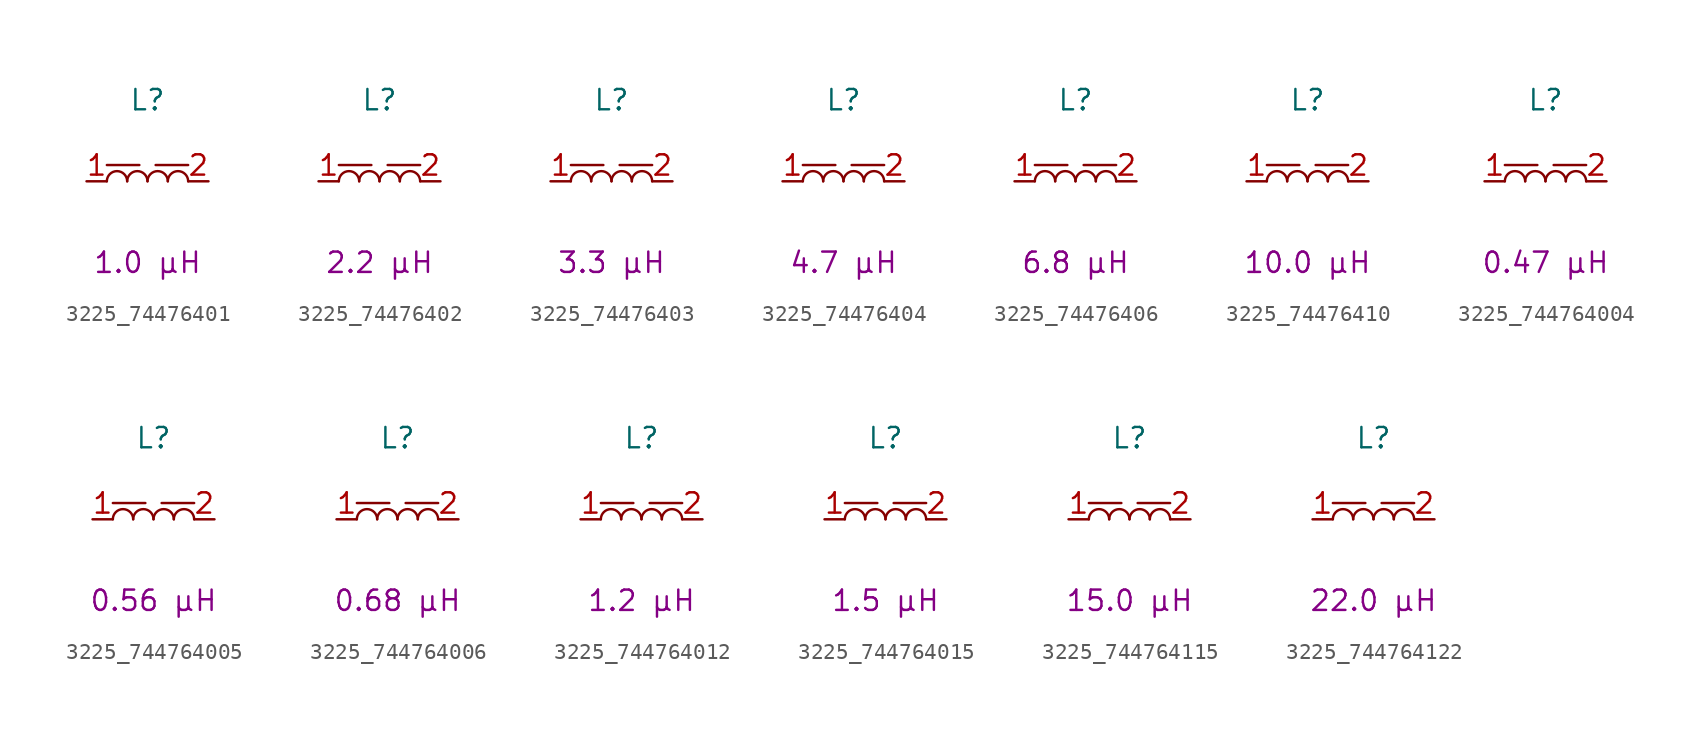
<source format=kicad_sym>
(kicad_symbol_lib
  (version 20220914)
  (generator kicad_symbol_editor)
  (symbol "3225_74476401"
    (pin_names hide)
    (property "Reference" "L"
      (at 0 5.08 0)
      (effects (font (size 1.27 1.27))))
    (property "Critical Parameter" "1.0 µH"
      (at 0 -5.08 0)
      (effects (font (size 1.27 1.27))))
    (symbol "3225_74476401_0_1"
      (arc (start -1.27 0) (mid -1.905 0.6323) (end -2.54 0) (stroke (width 0) (type default)) (fill (type none)))
      (arc (start 0 0) (mid -0.635 0.6323) (end -1.27 0) (stroke (width 0) (type default)) (fill (type none)))
      (polyline (pts (xy -2.54 1.016) (xy -0.508 1.016)) (stroke (width 0) (type default)) (fill (type none)))
      (arc (start 1.27 0) (mid 0.635 0.6323) (end 0 0) (stroke (width 0) (type default)) (fill (type none)))
      (arc (start 2.54 0) (mid 1.905 0.6323) (end 1.27 0) (stroke (width 0) (type default)) (fill (type none))))
    (symbol "3225_74476401_1_1"
      (polyline (pts (xy 2.54 1.016) (xy 0.508 1.016)) (stroke (width 0) (type default)) (fill (type none)))
      (pin passive line (at -3.81 0 0) (length 1.27) (name "1" (effects (font (size 1.27 1.27)))) (number "1" (effects (font (size 1.27 1.27)))))
      (pin passive line (at 3.81 0 180) (length 1.27) (name "2" (effects (font (size 1.27 1.27)))) (number "2" (effects (font (size 1.27 1.27)))))))
  (symbol "3225_74476402"
    (pin_names hide)
    (property "Reference" "L"
      (at 0 5.08 0)
      (effects (font (size 1.27 1.27))))
    (property "Critical Parameter" "2.2 µH"
      (at 0 -5.08 0)
      (effects (font (size 1.27 1.27))))
    (symbol "3225_74476402_0_1"
      (arc (start -1.27 0) (mid -1.905 0.6323) (end -2.54 0) (stroke (width 0) (type default)) (fill (type none)))
      (arc (start 0 0) (mid -0.635 0.6323) (end -1.27 0) (stroke (width 0) (type default)) (fill (type none)))
      (polyline (pts (xy -2.54 1.016) (xy -0.508 1.016)) (stroke (width 0) (type default)) (fill (type none)))
      (arc (start 1.27 0) (mid 0.635 0.6323) (end 0 0) (stroke (width 0) (type default)) (fill (type none)))
      (arc (start 2.54 0) (mid 1.905 0.6323) (end 1.27 0) (stroke (width 0) (type default)) (fill (type none))))
    (symbol "3225_74476402_1_1"
      (polyline (pts (xy 2.54 1.016) (xy 0.508 1.016)) (stroke (width 0) (type default)) (fill (type none)))
      (pin passive line (at -3.81 0 0) (length 1.27) (name "1" (effects (font (size 1.27 1.27)))) (number "1" (effects (font (size 1.27 1.27)))))
      (pin passive line (at 3.81 0 180) (length 1.27) (name "2" (effects (font (size 1.27 1.27)))) (number "2" (effects (font (size 1.27 1.27)))))))
  (symbol "3225_74476403"
    (pin_names hide)
    (property "Reference" "L"
      (at 0 5.08 0)
      (effects (font (size 1.27 1.27))))
    (property "Critical Parameter" "3.3 µH"
      (at 0 -5.08 0)
      (effects (font (size 1.27 1.27))))
    (symbol "3225_74476403_0_1"
      (arc (start -1.27 0) (mid -1.905 0.6323) (end -2.54 0) (stroke (width 0) (type default)) (fill (type none)))
      (arc (start 0 0) (mid -0.635 0.6323) (end -1.27 0) (stroke (width 0) (type default)) (fill (type none)))
      (polyline (pts (xy -2.54 1.016) (xy -0.508 1.016)) (stroke (width 0) (type default)) (fill (type none)))
      (arc (start 1.27 0) (mid 0.635 0.6323) (end 0 0) (stroke (width 0) (type default)) (fill (type none)))
      (arc (start 2.54 0) (mid 1.905 0.6323) (end 1.27 0) (stroke (width 0) (type default)) (fill (type none))))
    (symbol "3225_74476403_1_1"
      (polyline (pts (xy 2.54 1.016) (xy 0.508 1.016)) (stroke (width 0) (type default)) (fill (type none)))
      (pin passive line (at -3.81 0 0) (length 1.27) (name "1" (effects (font (size 1.27 1.27)))) (number "1" (effects (font (size 1.27 1.27)))))
      (pin passive line (at 3.81 0 180) (length 1.27) (name "2" (effects (font (size 1.27 1.27)))) (number "2" (effects (font (size 1.27 1.27)))))))
  (symbol "3225_74476404"
    (pin_names hide)
    (property "Reference" "L"
      (at 0 5.08 0)
      (effects (font (size 1.27 1.27))))
    (property "Critical Parameter" "4.7 µH"
      (at 0 -5.08 0)
      (effects (font (size 1.27 1.27))))
    (symbol "3225_74476404_0_1"
      (arc (start -1.27 0) (mid -1.905 0.6323) (end -2.54 0) (stroke (width 0) (type default)) (fill (type none)))
      (arc (start 0 0) (mid -0.635 0.6323) (end -1.27 0) (stroke (width 0) (type default)) (fill (type none)))
      (polyline (pts (xy -2.54 1.016) (xy -0.508 1.016)) (stroke (width 0) (type default)) (fill (type none)))
      (arc (start 1.27 0) (mid 0.635 0.6323) (end 0 0) (stroke (width 0) (type default)) (fill (type none)))
      (arc (start 2.54 0) (mid 1.905 0.6323) (end 1.27 0) (stroke (width 0) (type default)) (fill (type none))))
    (symbol "3225_74476404_1_1"
      (polyline (pts (xy 2.54 1.016) (xy 0.508 1.016)) (stroke (width 0) (type default)) (fill (type none)))
      (pin passive line (at -3.81 0 0) (length 1.27) (name "1" (effects (font (size 1.27 1.27)))) (number "1" (effects (font (size 1.27 1.27)))))
      (pin passive line (at 3.81 0 180) (length 1.27) (name "2" (effects (font (size 1.27 1.27)))) (number "2" (effects (font (size 1.27 1.27)))))))
  (symbol "3225_74476406"
    (pin_names hide)
    (property "Reference" "L"
      (at 0 5.08 0)
      (effects (font (size 1.27 1.27))))
    (property "Critical Parameter" "6.8 µH"
      (at 0 -5.08 0)
      (effects (font (size 1.27 1.27))))
    (symbol "3225_74476406_0_1"
      (arc (start -1.27 0) (mid -1.905 0.6323) (end -2.54 0) (stroke (width 0) (type default)) (fill (type none)))
      (arc (start 0 0) (mid -0.635 0.6323) (end -1.27 0) (stroke (width 0) (type default)) (fill (type none)))
      (polyline (pts (xy -2.54 1.016) (xy -0.508 1.016)) (stroke (width 0) (type default)) (fill (type none)))
      (arc (start 1.27 0) (mid 0.635 0.6323) (end 0 0) (stroke (width 0) (type default)) (fill (type none)))
      (arc (start 2.54 0) (mid 1.905 0.6323) (end 1.27 0) (stroke (width 0) (type default)) (fill (type none))))
    (symbol "3225_74476406_1_1"
      (polyline (pts (xy 2.54 1.016) (xy 0.508 1.016)) (stroke (width 0) (type default)) (fill (type none)))
      (pin passive line (at -3.81 0 0) (length 1.27) (name "1" (effects (font (size 1.27 1.27)))) (number "1" (effects (font (size 1.27 1.27)))))
      (pin passive line (at 3.81 0 180) (length 1.27) (name "2" (effects (font (size 1.27 1.27)))) (number "2" (effects (font (size 1.27 1.27)))))))
  (symbol "3225_74476410"
    (pin_names hide)
    (property "Reference" "L"
      (at 0 5.08 0)
      (effects (font (size 1.27 1.27))))
    (property "Critical Parameter" "10.0 µH"
      (at 0 -5.08 0)
      (effects (font (size 1.27 1.27))))
    (symbol "3225_74476410_0_1"
      (arc (start -1.27 0) (mid -1.905 0.6323) (end -2.54 0) (stroke (width 0) (type default)) (fill (type none)))
      (arc (start 0 0) (mid -0.635 0.6323) (end -1.27 0) (stroke (width 0) (type default)) (fill (type none)))
      (polyline (pts (xy -2.54 1.016) (xy -0.508 1.016)) (stroke (width 0) (type default)) (fill (type none)))
      (arc (start 1.27 0) (mid 0.635 0.6323) (end 0 0) (stroke (width 0) (type default)) (fill (type none)))
      (arc (start 2.54 0) (mid 1.905 0.6323) (end 1.27 0) (stroke (width 0) (type default)) (fill (type none))))
    (symbol "3225_74476410_1_1"
      (polyline (pts (xy 2.54 1.016) (xy 0.508 1.016)) (stroke (width 0) (type default)) (fill (type none)))
      (pin passive line (at -3.81 0 0) (length 1.27) (name "1" (effects (font (size 1.27 1.27)))) (number "1" (effects (font (size 1.27 1.27)))))
      (pin passive line (at 3.81 0 180) (length 1.27) (name "2" (effects (font (size 1.27 1.27)))) (number "2" (effects (font (size 1.27 1.27)))))))
  (symbol "3225_744764004"
    (pin_names hide)
    (property "Reference" "L"
      (at 0 5.08 0)
      (effects (font (size 1.27 1.27))))
    (property "Critical Parameter" "0.47 µH"
      (at 0 -5.08 0)
      (effects (font (size 1.27 1.27))))
    (symbol "3225_744764004_0_1"
      (arc (start -1.27 0) (mid -1.905 0.6323) (end -2.54 0) (stroke (width 0) (type default)) (fill (type none)))
      (arc (start 0 0) (mid -0.635 0.6323) (end -1.27 0) (stroke (width 0) (type default)) (fill (type none)))
      (polyline (pts (xy -2.54 1.016) (xy -0.508 1.016)) (stroke (width 0) (type default)) (fill (type none)))
      (arc (start 1.27 0) (mid 0.635 0.6323) (end 0 0) (stroke (width 0) (type default)) (fill (type none)))
      (arc (start 2.54 0) (mid 1.905 0.6323) (end 1.27 0) (stroke (width 0) (type default)) (fill (type none))))
    (symbol "3225_744764004_1_1"
      (polyline (pts (xy 2.54 1.016) (xy 0.508 1.016)) (stroke (width 0) (type default)) (fill (type none)))
      (pin passive line (at -3.81 0 0) (length 1.27) (name "1" (effects (font (size 1.27 1.27)))) (number "1" (effects (font (size 1.27 1.27)))))
      (pin passive line (at 3.81 0 180) (length 1.27) (name "2" (effects (font (size 1.27 1.27)))) (number "2" (effects (font (size 1.27 1.27)))))))
  (symbol "3225_744764005"
    (pin_names hide)
    (property "Reference" "L"
      (at 0 5.08 0)
      (effects (font (size 1.27 1.27))))
    (property "Critical Parameter" "0.56 µH"
      (at 0 -5.08 0)
      (effects (font (size 1.27 1.27))))
    (symbol "3225_744764005_0_1"
      (arc (start -1.27 0) (mid -1.905 0.6323) (end -2.54 0) (stroke (width 0) (type default)) (fill (type none)))
      (arc (start 0 0) (mid -0.635 0.6323) (end -1.27 0) (stroke (width 0) (type default)) (fill (type none)))
      (polyline (pts (xy -2.54 1.016) (xy -0.508 1.016)) (stroke (width 0) (type default)) (fill (type none)))
      (arc (start 1.27 0) (mid 0.635 0.6323) (end 0 0) (stroke (width 0) (type default)) (fill (type none)))
      (arc (start 2.54 0) (mid 1.905 0.6323) (end 1.27 0) (stroke (width 0) (type default)) (fill (type none))))
    (symbol "3225_744764005_1_1"
      (polyline (pts (xy 2.54 1.016) (xy 0.508 1.016)) (stroke (width 0) (type default)) (fill (type none)))
      (pin passive line (at -3.81 0 0) (length 1.27) (name "1" (effects (font (size 1.27 1.27)))) (number "1" (effects (font (size 1.27 1.27)))))
      (pin passive line (at 3.81 0 180) (length 1.27) (name "2" (effects (font (size 1.27 1.27)))) (number "2" (effects (font (size 1.27 1.27)))))))
  (symbol "3225_744764006"
    (pin_names hide)
    (property "Reference" "L"
      (at 0 5.08 0)
      (effects (font (size 1.27 1.27))))
    (property "Critical Parameter" "0.68 µH"
      (at 0 -5.08 0)
      (effects (font (size 1.27 1.27))))
    (symbol "3225_744764006_0_1"
      (arc (start -1.27 0) (mid -1.905 0.6323) (end -2.54 0) (stroke (width 0) (type default)) (fill (type none)))
      (arc (start 0 0) (mid -0.635 0.6323) (end -1.27 0) (stroke (width 0) (type default)) (fill (type none)))
      (polyline (pts (xy -2.54 1.016) (xy -0.508 1.016)) (stroke (width 0) (type default)) (fill (type none)))
      (arc (start 1.27 0) (mid 0.635 0.6323) (end 0 0) (stroke (width 0) (type default)) (fill (type none)))
      (arc (start 2.54 0) (mid 1.905 0.6323) (end 1.27 0) (stroke (width 0) (type default)) (fill (type none))))
    (symbol "3225_744764006_1_1"
      (polyline (pts (xy 2.54 1.016) (xy 0.508 1.016)) (stroke (width 0) (type default)) (fill (type none)))
      (pin passive line (at -3.81 0 0) (length 1.27) (name "1" (effects (font (size 1.27 1.27)))) (number "1" (effects (font (size 1.27 1.27)))))
      (pin passive line (at 3.81 0 180) (length 1.27) (name "2" (effects (font (size 1.27 1.27)))) (number "2" (effects (font (size 1.27 1.27)))))))
  (symbol "3225_744764012"
    (pin_names hide)
    (property "Reference" "L"
      (at 0 5.08 0)
      (effects (font (size 1.27 1.27))))
    (property "Critical Parameter" "1.2 µH"
      (at 0 -5.08 0)
      (effects (font (size 1.27 1.27))))
    (symbol "3225_744764012_0_1"
      (arc (start -1.27 0) (mid -1.905 0.6323) (end -2.54 0) (stroke (width 0) (type default)) (fill (type none)))
      (arc (start 0 0) (mid -0.635 0.6323) (end -1.27 0) (stroke (width 0) (type default)) (fill (type none)))
      (polyline (pts (xy -2.54 1.016) (xy -0.508 1.016)) (stroke (width 0) (type default)) (fill (type none)))
      (arc (start 1.27 0) (mid 0.635 0.6323) (end 0 0) (stroke (width 0) (type default)) (fill (type none)))
      (arc (start 2.54 0) (mid 1.905 0.6323) (end 1.27 0) (stroke (width 0) (type default)) (fill (type none))))
    (symbol "3225_744764012_1_1"
      (polyline (pts (xy 2.54 1.016) (xy 0.508 1.016)) (stroke (width 0) (type default)) (fill (type none)))
      (pin passive line (at -3.81 0 0) (length 1.27) (name "1" (effects (font (size 1.27 1.27)))) (number "1" (effects (font (size 1.27 1.27)))))
      (pin passive line (at 3.81 0 180) (length 1.27) (name "2" (effects (font (size 1.27 1.27)))) (number "2" (effects (font (size 1.27 1.27)))))))
  (symbol "3225_744764015"
    (pin_names hide)
    (property "Reference" "L"
      (at 0 5.08 0)
      (effects (font (size 1.27 1.27))))
    (property "Critical Parameter" "1.5 µH"
      (at 0 -5.08 0)
      (effects (font (size 1.27 1.27))))
    (symbol "3225_744764015_0_1"
      (arc (start -1.27 0) (mid -1.905 0.6323) (end -2.54 0) (stroke (width 0) (type default)) (fill (type none)))
      (arc (start 0 0) (mid -0.635 0.6323) (end -1.27 0) (stroke (width 0) (type default)) (fill (type none)))
      (polyline (pts (xy -2.54 1.016) (xy -0.508 1.016)) (stroke (width 0) (type default)) (fill (type none)))
      (arc (start 1.27 0) (mid 0.635 0.6323) (end 0 0) (stroke (width 0) (type default)) (fill (type none)))
      (arc (start 2.54 0) (mid 1.905 0.6323) (end 1.27 0) (stroke (width 0) (type default)) (fill (type none))))
    (symbol "3225_744764015_1_1"
      (polyline (pts (xy 2.54 1.016) (xy 0.508 1.016)) (stroke (width 0) (type default)) (fill (type none)))
      (pin passive line (at -3.81 0 0) (length 1.27) (name "1" (effects (font (size 1.27 1.27)))) (number "1" (effects (font (size 1.27 1.27)))))
      (pin passive line (at 3.81 0 180) (length 1.27) (name "2" (effects (font (size 1.27 1.27)))) (number "2" (effects (font (size 1.27 1.27)))))))
  (symbol "3225_744764115"
    (pin_names hide)
    (property "Reference" "L"
      (at 0 5.08 0)
      (effects (font (size 1.27 1.27))))
    (property "Critical Parameter" "15.0 µH"
      (at 0 -5.08 0)
      (effects (font (size 1.27 1.27))))
    (symbol "3225_744764115_0_1"
      (arc (start -1.27 0) (mid -1.905 0.6323) (end -2.54 0) (stroke (width 0) (type default)) (fill (type none)))
      (arc (start 0 0) (mid -0.635 0.6323) (end -1.27 0) (stroke (width 0) (type default)) (fill (type none)))
      (polyline (pts (xy -2.54 1.016) (xy -0.508 1.016)) (stroke (width 0) (type default)) (fill (type none)))
      (arc (start 1.27 0) (mid 0.635 0.6323) (end 0 0) (stroke (width 0) (type default)) (fill (type none)))
      (arc (start 2.54 0) (mid 1.905 0.6323) (end 1.27 0) (stroke (width 0) (type default)) (fill (type none))))
    (symbol "3225_744764115_1_1"
      (polyline (pts (xy 2.54 1.016) (xy 0.508 1.016)) (stroke (width 0) (type default)) (fill (type none)))
      (pin passive line (at -3.81 0 0) (length 1.27) (name "1" (effects (font (size 1.27 1.27)))) (number "1" (effects (font (size 1.27 1.27)))))
      (pin passive line (at 3.81 0 180) (length 1.27) (name "2" (effects (font (size 1.27 1.27)))) (number "2" (effects (font (size 1.27 1.27)))))))
  (symbol "3225_744764122"
    (pin_names hide)
    (property "Reference" "L"
      (at 0 5.08 0)
      (effects (font (size 1.27 1.27))))
    (property "Critical Parameter" "22.0 µH"
      (at 0 -5.08 0)
      (effects (font (size 1.27 1.27))))
    (symbol "3225_744764122_0_1"
      (arc (start -1.27 0) (mid -1.905 0.6323) (end -2.54 0) (stroke (width 0) (type default)) (fill (type none)))
      (arc (start 0 0) (mid -0.635 0.6323) (end -1.27 0) (stroke (width 0) (type default)) (fill (type none)))
      (polyline (pts (xy -2.54 1.016) (xy -0.508 1.016)) (stroke (width 0) (type default)) (fill (type none)))
      (arc (start 1.27 0) (mid 0.635 0.6323) (end 0 0) (stroke (width 0) (type default)) (fill (type none)))
      (arc (start 2.54 0) (mid 1.905 0.6323) (end 1.27 0) (stroke (width 0) (type default)) (fill (type none))))
    (symbol "3225_744764122_1_1"
      (polyline (pts (xy 2.54 1.016) (xy 0.508 1.016)) (stroke (width 0) (type default)) (fill (type none)))
      (pin passive line (at -3.81 0 0) (length 1.27) (name "1" (effects (font (size 1.27 1.27)))) (number "1" (effects (font (size 1.27 1.27)))))
      (pin passive line (at 3.81 0 180) (length 1.27) (name "2" (effects (font (size 1.27 1.27)))) (number "2" (effects (font (size 1.27 1.27))))))))
</source>
